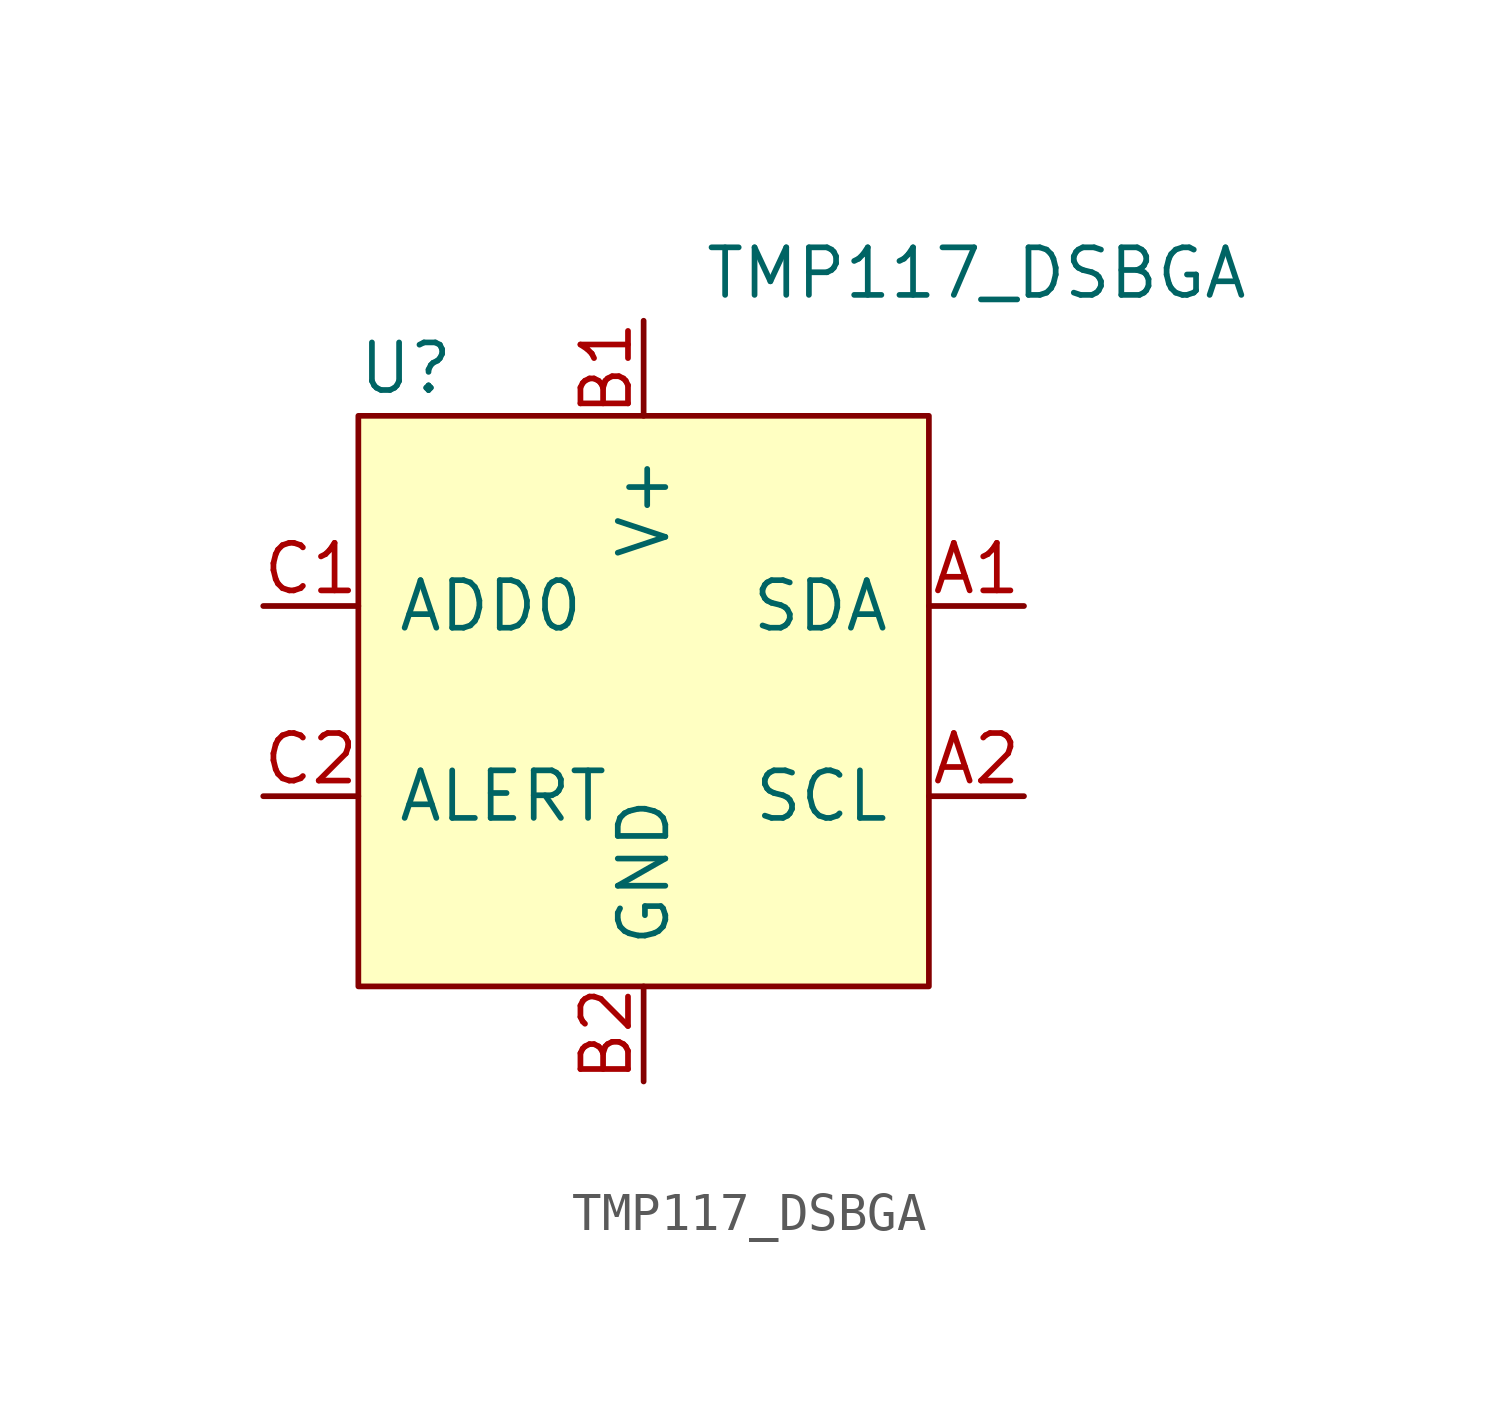
<source format=kicad_sym>
(kicad_symbol_lib
  (version 20211014)
  (generator kicad_symbol_editor)
  (symbol "TMP117_DSBGA"
    (pin_names
      (offset 1.016))
    (property "Reference" "U"
      (at -6.35 8.89 0)
      (effects (font (size 1.27 1.27))))
    (property "Value" "TMP117_DSBGA"
      (at 8.89 11.43 0)
      (effects (font (size 1.27 1.27))))
    (symbol "TMP117_DSBGA_0_1"
      (rectangle (start -7.62 7.62) (end 7.62 -7.62) (stroke (width 0) (type default) (color 0 0 0 0)) (fill (type background))))
    (symbol "TMP117_DSBGA_1_1"
      (pin bidirectional line (at 10.16 2.54 180) (length 2.54) (name "SDA" (effects (font (size 1.27 1.27)))) (number "A1" (effects (font (size 1.27 1.27)))))
      (pin input line (at 10.16 -2.54 180) (length 2.54) (name "SCL" (effects (font (size 1.27 1.27)))) (number "A2" (effects (font (size 1.27 1.27)))))
      (pin power_in line (at 0 10.16 270) (length 2.54) (name "V+" (effects (font (size 1.27 1.27)))) (number "B1" (effects (font (size 1.27 1.27)))))
      (pin power_in line (at 0 -10.16 90) (length 2.54) (name "GND" (effects (font (size 1.27 1.27)))) (number "B2" (effects (font (size 1.27 1.27)))))
      (pin input line (at -10.16 2.54 0) (length 2.54) (name "ADD0" (effects (font (size 1.27 1.27)))) (number "C1" (effects (font (size 1.27 1.27)))))
      (pin open_collector line (at -10.16 -2.54 0) (length 2.54) (name "ALERT" (effects (font (size 1.27 1.27)))) (number "C2" (effects (font (size 1.27 1.27))))))))
</source>
